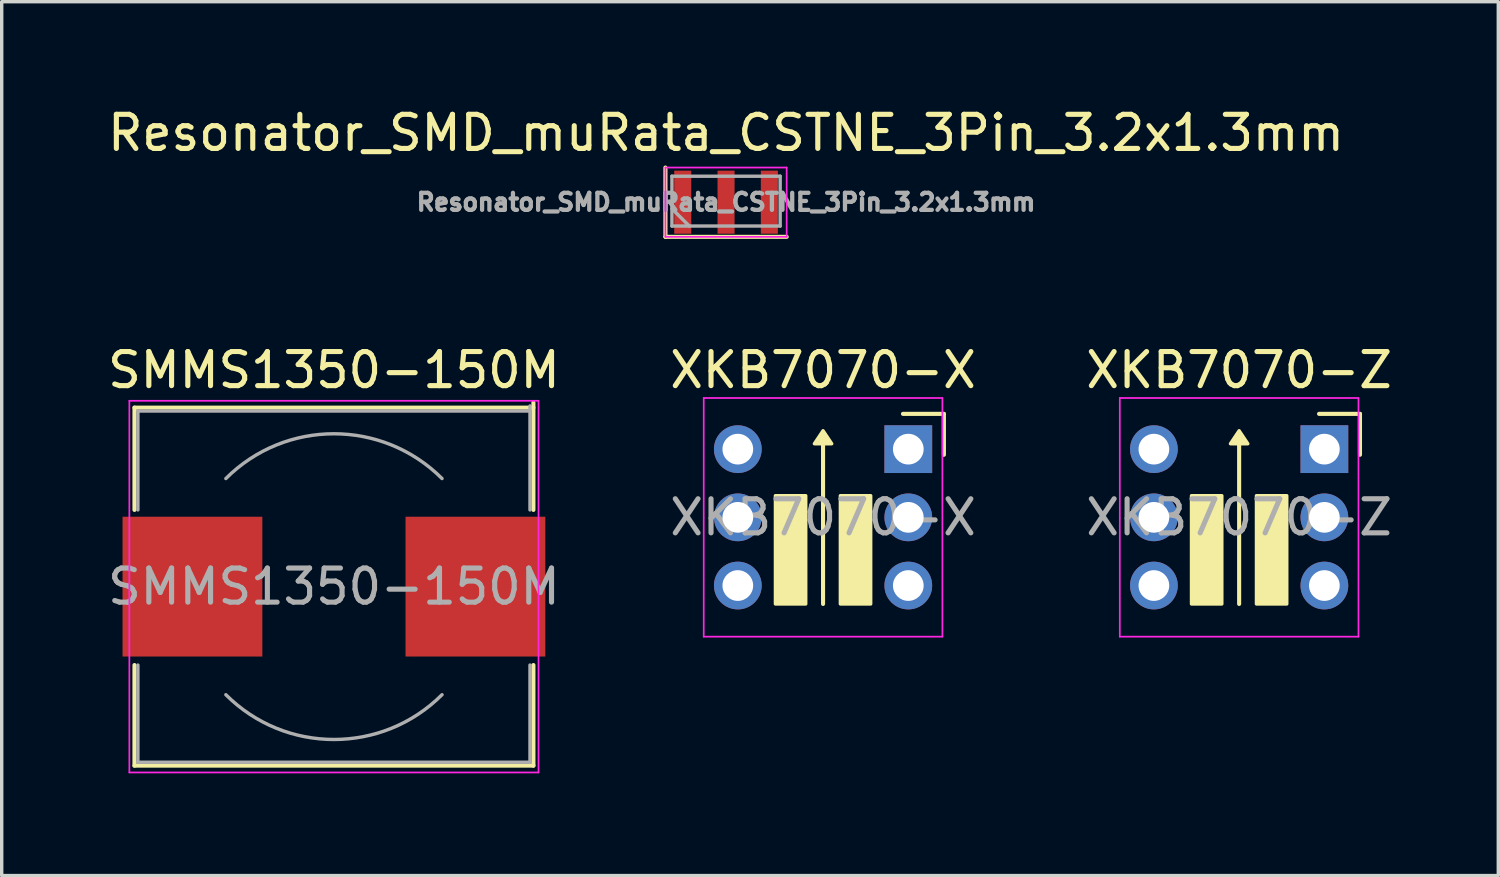
<source format=kicad_pcb>
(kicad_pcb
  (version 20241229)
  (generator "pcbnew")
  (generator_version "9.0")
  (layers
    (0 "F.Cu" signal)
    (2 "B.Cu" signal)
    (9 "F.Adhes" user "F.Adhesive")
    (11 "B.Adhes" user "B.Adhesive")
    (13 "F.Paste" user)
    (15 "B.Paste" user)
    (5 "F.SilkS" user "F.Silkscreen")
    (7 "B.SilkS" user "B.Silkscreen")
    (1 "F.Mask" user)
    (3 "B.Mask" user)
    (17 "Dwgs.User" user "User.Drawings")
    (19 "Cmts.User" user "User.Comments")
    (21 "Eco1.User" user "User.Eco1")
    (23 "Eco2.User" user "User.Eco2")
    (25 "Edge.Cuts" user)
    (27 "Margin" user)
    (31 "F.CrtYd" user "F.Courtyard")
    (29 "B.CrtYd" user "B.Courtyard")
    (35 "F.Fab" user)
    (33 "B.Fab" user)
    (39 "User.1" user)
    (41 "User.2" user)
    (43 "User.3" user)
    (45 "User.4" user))
  (footprint "Resonator_SMD_muRata_CSTNE_3Pin_3.2x1.3mm"
    (layer "F.Cu")
    (at 18.244 2.88)
    (property "Reference" "Resonator_SMD_muRata_CSTNE_3Pin_3.2x1.3mm" (at 0 -2.032 0) (layer "F.SilkS") (effects (font (size 1 1) (thickness 0.15))))
    (attr through_hole)
    (fp_line (start -1.778 -1.016) (end -1.778 1.016) (stroke (width 0.12) (type solid)) (layer "F.SilkS"))
    (fp_line (start -1.778 1.016) (end 1.778 1.016) (stroke (width 0.12) (type solid)) (layer "F.SilkS"))
    (fp_line (start -1.778 -1.016) (end -1.778 1.016) (stroke (width 0.05) (type solid)) (layer "F.CrtYd"))
    (fp_line (start -1.778 1.016) (end 1.778 1.016) (stroke (width 0.05) (type solid)) (layer "F.CrtYd"))
    (fp_line (start 1.778 -1.016) (end -1.778 -1.016) (stroke (width 0.05) (type solid)) (layer "F.CrtYd"))
    (fp_line (start 1.778 1.016) (end 1.778 -1.016) (stroke (width 0.05) (type solid)) (layer "F.CrtYd"))
    (fp_line (start -1.587 -0.762) (end -1.587 0.699) (stroke (width 0.1) (type solid)) (layer "F.Fab"))
    (fp_line (start -1.587 0.191) (end -1.079 0.699) (stroke (width 0.1) (type solid)) (layer "F.Fab"))
    (fp_line (start -1.587 0.699) (end 1.587 0.699) (stroke (width 0.1) (type solid)) (layer "F.Fab"))
    (fp_line (start 1.587 -0.762) (end -1.587 -0.762) (stroke (width 0.1) (type solid)) (layer "F.Fab"))
    (fp_line (start 1.587 0.699) (end 1.587 -0.762) (stroke (width 0.1) (type solid)) (layer "F.Fab"))
    (fp_text user "${REFERENCE}" (at 0 0 0) (layer "F.Fab") (effects (font (size 0.5 0.5) (thickness 0.125))))
    (pad "1" smd rect (at -1.27 0) (size 0.5 1.85) (layers "F.Cu" "F.Mask" "F.Paste"))
    (pad "2" smd rect (at 0 0) (size 0.5 1.85) (layers "F.Cu" "F.Mask" "F.Paste"))
    (pad "3" smd rect (at 1.27 0) (size 0.5 1.85) (layers "F.Cu" "F.Mask" "F.Paste")))
  (footprint "SMMS1350-150M"
    (layer "F.Cu")
    (at 6.744 14.155)
    (property "Reference" "SMMS1350-150M" (at 0 -6.35 0) (layer "F.SilkS") (effects (font (size 1 1) (thickness 0.15))))
    (attr smd)
    (fp_line (start -5.85 -5.25) (end 5.85 -5.25) (stroke (width 0.12) (type solid)) (layer "F.SilkS"))
    (fp_line (start -5.85 -2.25) (end -5.85 -5.25) (stroke (width 0.12) (type solid)) (layer "F.SilkS"))
    (fp_line (start -5.85 5.25) (end -5.85 2.3) (stroke (width 0.12) (type solid)) (layer "F.SilkS"))
    (fp_line (start 5.85 -5.4) (end 5.85 -2.25) (stroke (width 0.12) (type solid)) (layer "F.SilkS"))
    (fp_line (start 5.85 2.3) (end 5.85 5.25) (stroke (width 0.12) (type solid)) (layer "F.SilkS"))
    (fp_line (start 5.85 5.25) (end -5.85 5.25) (stroke (width 0.12) (type solid)) (layer "F.SilkS"))
    (fp_line (start -6 -5.45) (end -6 5.45) (stroke (width 0.05) (type solid)) (layer "F.CrtYd"))
    (fp_line (start -6 5.45) (end 6 5.45) (stroke (width 0.05) (type solid)) (layer "F.CrtYd"))
    (fp_line (start 6 -5.45) (end -6 -5.45) (stroke (width 0.05) (type solid)) (layer "F.CrtYd"))
    (fp_line (start 6 5.45) (end 6 -5.45) (stroke (width 0.05) (type solid)) (layer "F.CrtYd"))
    (fp_line (start -5.75 -5.15) (end -5.75 -2.25) (stroke (width 0.1) (type solid)) (layer "F.Fab"))
    (fp_line (start -5.75 -5.15) (end 5.75 -5.15) (stroke (width 0.1) (type solid)) (layer "F.Fab"))
    (fp_line (start -5.75 5.15) (end -5.75 2.3) (stroke (width 0.1) (type solid)) (layer "F.Fab"))
    (fp_line (start -5.75 5.15) (end 5.75 5.15) (stroke (width 0.1) (type solid)) (layer "F.Fab"))
    (fp_line (start 5.75 -5.3) (end 5.75 -2.25) (stroke (width 0.1) (type solid)) (layer "F.Fab"))
    (fp_line (start 5.75 5.15) (end 5.75 2.3) (stroke (width 0.1) (type solid)) (layer "F.Fab"))
    (fp_arc (start -3.17 -3.17) (mid 0 -4.483057) (end 3.17 -3.17) (stroke (width 0.1) (type solid)) (layer "F.Fab"))
    (fp_arc (start 3.17 3.17) (mid 0 4.483057) (end -3.17 3.17) (stroke (width 0.1) (type solid)) (layer "F.Fab"))
    (fp_text user "${REFERENCE}" (at 0 0 0) (layer "F.Fab") (effects (font (size 1 1) (thickness 0.15))))
    (pad "1" smd rect (at -4.15 0) (size 4.1 4.1) (layers "F.Cu" "F.Mask" "F.Paste"))
    (pad "2" smd rect (at 4.15 0) (size 4.1 4.1) (layers "F.Cu" "F.Mask" "F.Paste")))
  (footprint "XKB7070-Z"
    (layer "F.Cu")
    (at 33.292 12.123)
    (property "Reference" "XKB7070-Z" (at 0 -4.318 0) (layer "F.SilkS") (effects (font (size 1 1) (thickness 0.15))))
    (attr through_hole)
    (fp_line (start 0 2.54) (end 0 -2.413) (stroke (width 0.12) (type solid)) (layer "F.SilkS"))
    (fp_line (start 3.544 -3.035) (end 2.344 -3.035) (stroke (width 0.12) (type solid)) (layer "F.SilkS"))
    (fp_line (start 3.544 -1.835) (end 3.544 -3.035) (stroke (width 0.12) (type solid)) (layer "F.SilkS"))
    (fp_poly (pts (xy 0.254 -2.159) (xy -0.254 -2.159) (xy 0 -2.54)) (stroke (width 0.1) (type solid)) (fill yes) (layer "F.SilkS"))
    (fp_poly (pts (xy -0.508 2.54) (xy -1.397 2.54) (xy -1.397 -0.635) (xy -0.508 -0.635)) (stroke (width 0.1) (type solid)) (fill yes) (layer "F.SilkS"))
    (fp_poly (pts (xy 1.397 2.54) (xy 0.508 2.54) (xy 0.508 -0.635) (xy 1.397 -0.635)) (stroke (width 0.1) (type solid)) (fill yes) (layer "F.SilkS"))
    (fp_line (start -3.5 -3.5) (end 3.5 -3.5) (stroke (width 0.05) (type solid)) (layer "F.CrtYd"))
    (fp_line (start -3.5 3.5) (end -3.5 -3.5) (stroke (width 0.05) (type solid)) (layer "F.CrtYd"))
    (fp_line (start 3.5 -3.5) (end 3.5 3.5) (stroke (width 0.05) (type solid)) (layer "F.CrtYd"))
    (fp_line (start 3.5 3.5) (end -3.5 3.5) (stroke (width 0.05) (type solid)) (layer "F.CrtYd"))
    (fp_text user "${REFERENCE}" (at 0 0 0) (layer "F.Fab") (effects (font (size 1 1) (thickness 0.15))))
    (pad "1" thru_hole rect (at 2.5 -2) (size 1.4 1.4) (drill 0.9) (layers "*.Cu" "*.Mask"))
    (pad "2" thru_hole circle (at 2.5 0) (size 1.4 1.4) (drill 0.9) (layers "*.Cu" "*.Mask"))
    (pad "3" thru_hole circle (at 2.5 2) (size 1.4 1.4) (drill 0.9) (layers "*.Cu" "*.Mask"))
    (pad "4" thru_hole circle (at -2.5 2) (size 1.4 1.4) (drill 0.9) (layers "*.Cu" "*.Mask"))
    (pad "5" thru_hole circle (at -2.5 0) (size 1.4 1.4) (drill 0.9) (layers "*.Cu" "*.Mask"))
    (pad "6" thru_hole circle (at -2.5 -2) (size 1.4 1.4) (drill 0.9) (layers "*.Cu" "*.Mask")))
  (footprint "XKB7070-X"
    (layer "F.Cu")
    (at 21.089 12.123)
    (property "Reference" "XKB7070-X" (at 0 -4.318 0) (layer "F.SilkS") (effects (font (size 1 1) (thickness 0.15))))
    (attr through_hole)
    (fp_line (start 0 2.54) (end 0 -2.413) (stroke (width 0.12) (type solid)) (layer "F.SilkS"))
    (fp_line (start 3.544 -3.035) (end 2.344 -3.035) (stroke (width 0.12) (type solid)) (layer "F.SilkS"))
    (fp_line (start 3.544 -1.835) (end 3.544 -3.035) (stroke (width 0.12) (type solid)) (layer "F.SilkS"))
    (fp_poly (pts (xy 0.254 -2.159) (xy -0.254 -2.159) (xy 0 -2.54)) (stroke (width 0.1) (type solid)) (fill yes) (layer "F.SilkS"))
    (fp_poly (pts (xy -0.508 2.54) (xy -1.397 2.54) (xy -1.397 -0.635) (xy -0.508 -0.635)) (stroke (width 0.1) (type solid)) (fill yes) (layer "F.SilkS"))
    (fp_poly (pts (xy 1.397 2.54) (xy 0.508 2.54) (xy 0.508 -0.635) (xy 1.397 -0.635)) (stroke (width 0.1) (type solid)) (fill yes) (layer "F.SilkS"))
    (fp_line (start -3.5 -3.5) (end 3.5 -3.5) (stroke (width 0.05) (type solid)) (layer "F.CrtYd"))
    (fp_line (start -3.5 3.5) (end -3.5 -3.5) (stroke (width 0.05) (type solid)) (layer "F.CrtYd"))
    (fp_line (start 3.5 -3.5) (end 3.5 3.5) (stroke (width 0.05) (type solid)) (layer "F.CrtYd"))
    (fp_line (start 3.5 3.5) (end -3.5 3.5) (stroke (width 0.05) (type solid)) (layer "F.CrtYd"))
    (fp_text user "${REFERENCE}" (at 0 0 0) (layer "F.Fab") (effects (font (size 1 1) (thickness 0.15))))
    (pad "1" thru_hole rect (at 2.5 -2) (size 1.4 1.4) (drill 0.9) (layers "*.Cu" "*.Mask"))
    (pad "2" thru_hole circle (at 2.5 0) (size 1.4 1.4) (drill 0.9) (layers "*.Cu" "*.Mask"))
    (pad "3" thru_hole circle (at 2.5 2) (size 1.4 1.4) (drill 0.9) (layers "*.Cu" "*.Mask"))
    (pad "4" thru_hole circle (at -2.5 2) (size 1.4 1.4) (drill 0.9) (layers "*.Cu" "*.Mask"))
    (pad "5" thru_hole circle (at -2.5 0) (size 1.4 1.4) (drill 0.9) (layers "*.Cu" "*.Mask"))
    (pad "6" thru_hole circle (at -2.5 -2) (size 1.4 1.4) (drill 0.9) (layers "*.Cu" "*.Mask")))
  (gr_rect
    (start -3 -3)
    (end 40.893 22.63)
    (stroke (width 0.1) (type default))
    (fill no)
    (layer "Edge.Cuts")))
</source>
